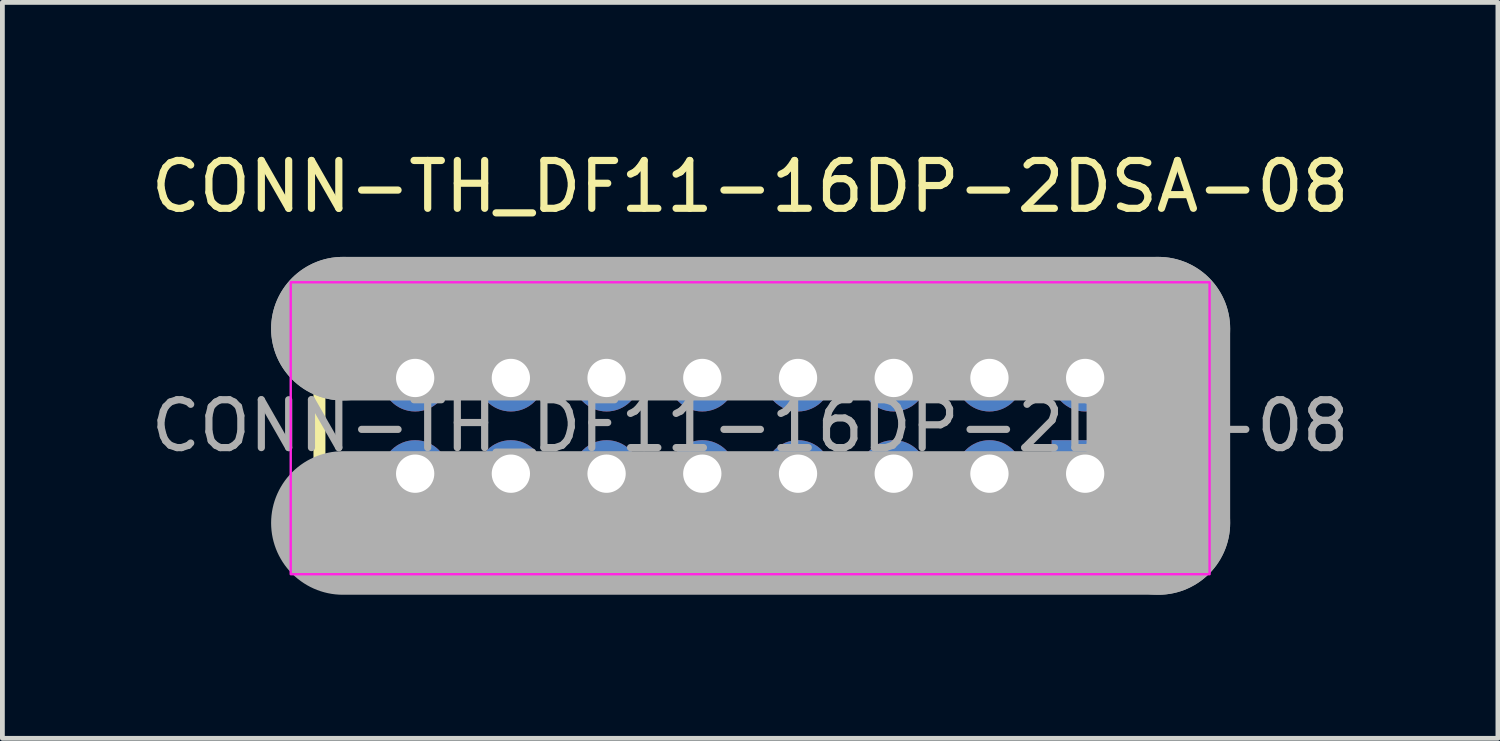
<source format=kicad_pcb>
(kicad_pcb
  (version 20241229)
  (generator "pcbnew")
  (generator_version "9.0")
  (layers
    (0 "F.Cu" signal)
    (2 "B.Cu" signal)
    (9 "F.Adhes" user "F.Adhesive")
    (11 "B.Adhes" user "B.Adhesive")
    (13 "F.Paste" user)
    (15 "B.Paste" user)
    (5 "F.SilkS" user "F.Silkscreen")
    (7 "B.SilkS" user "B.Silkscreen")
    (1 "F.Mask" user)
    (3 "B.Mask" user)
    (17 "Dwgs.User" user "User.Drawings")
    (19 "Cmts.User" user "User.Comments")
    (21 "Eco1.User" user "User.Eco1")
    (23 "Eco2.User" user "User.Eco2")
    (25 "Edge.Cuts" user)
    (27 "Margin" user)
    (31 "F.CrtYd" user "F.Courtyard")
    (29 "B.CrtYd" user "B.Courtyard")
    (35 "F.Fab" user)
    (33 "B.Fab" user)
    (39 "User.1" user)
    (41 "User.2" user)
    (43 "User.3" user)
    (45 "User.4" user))
  (footprint "CONN-TH_DF11-16DP-2DSA-08"
    (layer "F.Cu")
    (at 12.625 5.848)
    (property "Reference" "CONN-TH_DF11-16DP-2DSA-08" (at 0 -5 0) (layer "F.SilkS") (effects (font (size 1 1) (thickness 0.15))))
    (attr through_hole)
    (fp_line (start -9 -2.5) (end -9 2.5) (stroke (width 0.25) (type solid)) (layer "F.SilkS"))
    (fp_line (start -9 -2.5) (end 9 -2.5) (stroke (width 0.25) (type solid)) (layer "F.SilkS"))
    (fp_line (start -9 2.5) (end 9 2.5) (stroke (width 0.25) (type solid)) (layer "F.SilkS"))
    (fp_line (start -6.6 2.03) (end -6.6 2.5) (stroke (width 0.25) (type solid)) (layer "F.SilkS"))
    (fp_line (start -4.06 2.03) (end -4.06 2.5) (stroke (width 0.25) (type solid)) (layer "F.SilkS"))
    (fp_line (start 4.08 2.03) (end 4.08 2.5) (stroke (width 0.25) (type solid)) (layer "F.SilkS"))
    (fp_line (start 6.62 2.03) (end 6.62 2.5) (stroke (width 0.25) (type solid)) (layer "F.SilkS"))
    (fp_line (start 9 -2.5) (end 9 2.5) (stroke (width 0.25) (type solid)) (layer "F.SilkS"))
    (fp_rect (start -9.6 -3) (end 9.6 3.1) (stroke (width 0.05) (type default)) (fill no) (layer "F.CrtYd"))
    (fp_line (start -8.51 -2.03) (end -8.51 -2.03) (stroke (width 3) (type solid)) (layer "F.Fab"))
    (fp_line (start -8.51 -2.03) (end 8.53 -2.03) (stroke (width 3) (type solid)) (layer "F.Fab"))
    (fp_line (start 8.53 -2.03) (end 8.53 2.03) (stroke (width 3) (type solid)) (layer "F.Fab"))
    (fp_line (start 8.53 2.03) (end -8.51 2.03) (stroke (width 3) (type solid)) (layer "F.Fab"))
    (fp_circle (center 9 2.5) (end 9.03 2.5) (stroke (width 0.06) (type solid)) (fill no) (layer "F.Fab"))
    (fp_text user "${REFERENCE}" (at 0 0 0) (layer "F.Fab") (effects (font (size 1 1) (thickness 0.15))))
    (pad "1" thru_hole rect (at 7 1) (size 1.4 1.4) (drill 0.8) (layers "*.Cu" "*.Mask"))
    (pad "2" thru_hole circle (at 7 -1) (size 1.4 1.4) (drill 0.8) (layers "*.Cu" "*.Mask"))
    (pad "3" thru_hole circle (at 5 1) (size 1.4 1.4) (drill 0.8) (layers "*.Cu" "*.Mask"))
    (pad "4" thru_hole circle (at 5 -1) (size 1.4 1.4) (drill 0.8) (layers "*.Cu" "*.Mask"))
    (pad "5" thru_hole circle (at 3 1) (size 1.4 1.4) (drill 0.8) (layers "*.Cu" "*.Mask"))
    (pad "6" thru_hole circle (at 3 -1) (size 1.4 1.4) (drill 0.8) (layers "*.Cu" "*.Mask"))
    (pad "7" thru_hole circle (at 1 1) (size 1.4 1.4) (drill 0.8) (layers "*.Cu" "*.Mask"))
    (pad "8" thru_hole circle (at 1 -1) (size 1.4 1.4) (drill 0.8) (layers "*.Cu" "*.Mask"))
    (pad "9" thru_hole circle (at -1 1) (size 1.4 1.4) (drill 0.8) (layers "*.Cu" "*.Mask"))
    (pad "10" thru_hole circle (at -1 -1) (size 1.4 1.4) (drill 0.8) (layers "*.Cu" "*.Mask"))
    (pad "11" thru_hole circle (at -3 1) (size 1.4 1.4) (drill 0.8) (layers "*.Cu" "*.Mask"))
    (pad "12" thru_hole circle (at -3 -1) (size 1.4 1.4) (drill 0.8) (layers "*.Cu" "*.Mask"))
    (pad "13" thru_hole circle (at -5 1) (size 1.4 1.4) (drill 0.8) (layers "*.Cu" "*.Mask"))
    (pad "14" thru_hole circle (at -5 -1) (size 1.4 1.4) (drill 0.8) (layers "*.Cu" "*.Mask"))
    (pad "15" thru_hole circle (at -7 1) (size 1.4 1.4) (drill 0.8) (layers "*.Cu" "*.Mask"))
    (pad "16" thru_hole circle (at -7 -1) (size 1.4 1.4) (drill 0.8) (layers "*.Cu" "*.Mask")))
  (gr_rect
    (start -3 -3)
    (end 28.25 12.378)
    (stroke (width 0.1) (type default))
    (fill no)
    (layer "Edge.Cuts")))
</source>
